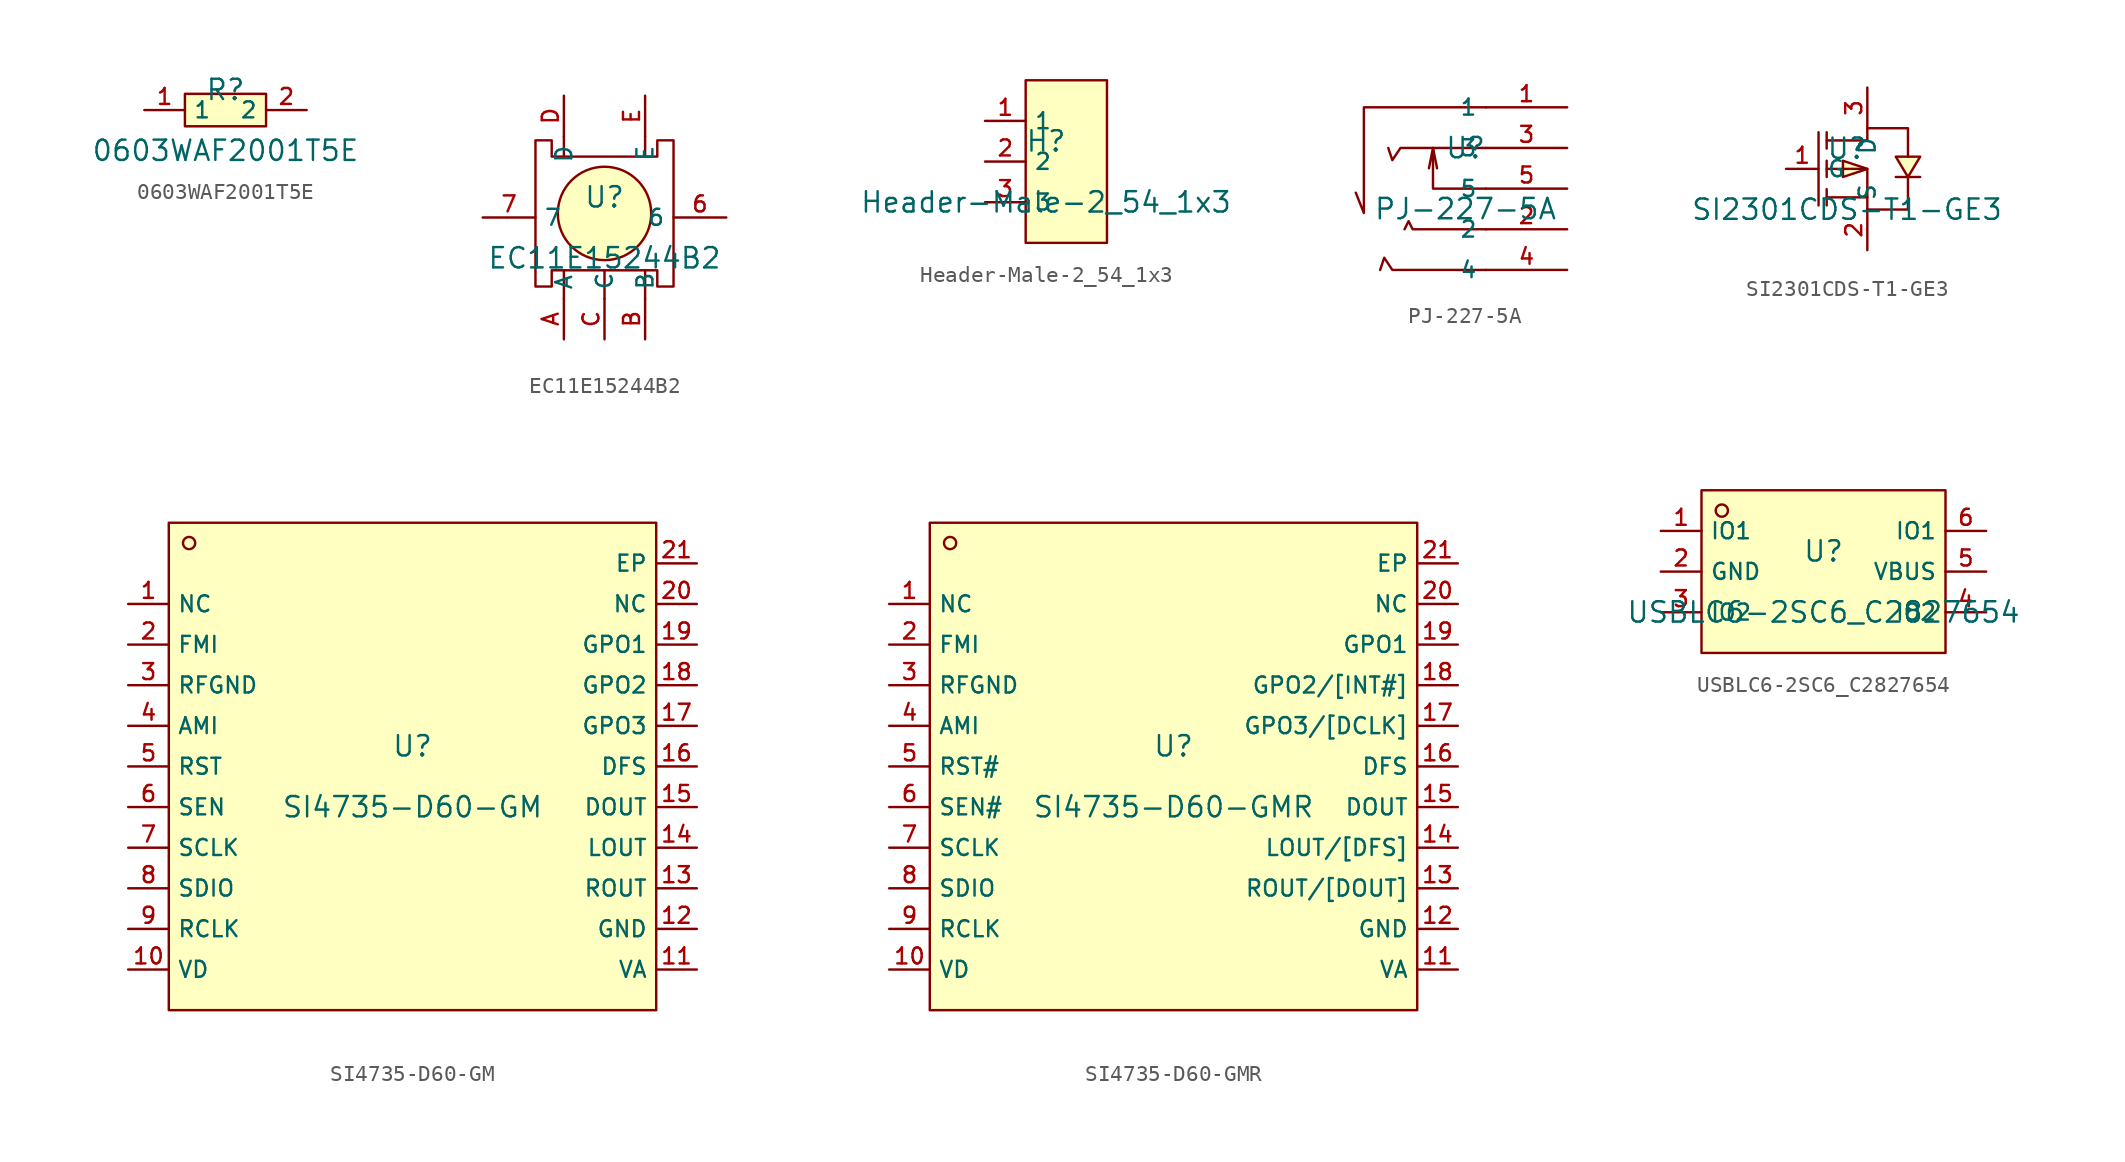
<source format=kicad_sym>
(kicad_symbol_lib
  (version 20220914)
  (generator ensure_symbols_csv)
  (symbol "0603WAF2001T5E"
    (property "Reference" "R"
      (at 0 1.27 0)
      (effects (font (size 1.27 1.27))))
    (property "Value" "0603WAF2001T5E"
      (at 0 -2.54 0)
      (effects (font (size 1.27 1.27))))
    (symbol "0603WAF2001T5E_0_1"
      (pin input line (at 5.08 -0.0 180) (length 2.54) (name "2" (effects (font (size 1 1)))) (number "2" (effects (font (size 1 1)))))
      (pin input line (at -5.08 -0.0 0) (length 2.54) (name "1" (effects (font (size 1 1)))) (number "1" (effects (font (size 1 1)))))
      (rectangle (start -2.54 1.016) (end 2.54 -1.016) (stroke (width 0) (type default) (color 0 0 0 0)) (fill (type background)))))
  (symbol "EC11E15244B2"
    (property "Reference" "U"
      (at 0 1.27 0)
      (effects (font (size 1.27 1.27))))
    (property "Value" "EC11E15244B2"
      (at 0 -2.54 0)
      (effects (font (size 1.27 1.27))))
    (symbol "EC11E15244B2_0_1"
      (pin unspecified line (at -7.62 -0.0 0) (length 3.302) (name "7" (effects (font (size 1 1)))) (number "7" (effects (font (size 1 1)))))
      (pin unspecified line (at 7.62 -0.0 180) (length 3.302) (name "6" (effects (font (size 1 1)))) (number "6" (effects (font (size 1 1)))))
      (pin unspecified line (at 2.54 7.62 270) (length 2.54) (name "E" (effects (font (size 1 1)))) (number "E" (effects (font (size 1 1)))))
      (pin unspecified line (at -2.54 7.62 270) (length 2.54) (name "D" (effects (font (size 1 1)))) (number "D" (effects (font (size 1 1)))))
      (pin unspecified line (at 0.0 -7.62 90) (length 2.54) (name "C" (effects (font (size 1 1)))) (number "C" (effects (font (size 1 1)))))
      (pin unspecified line (at 2.54 -7.62 90) (length 2.54) (name "B" (effects (font (size 1 1)))) (number "B" (effects (font (size 1 1)))))
      (pin unspecified line (at -2.54 -7.62 90) (length 2.54) (name "A" (effects (font (size 1 1)))) (number "A" (effects (font (size 1 1)))))
      (polyline (pts (xy 2.54 3.81) (xy 2.54 5.08)) (stroke (width 0) (type default) (color 0 0 0 0)) (fill (type none)))
      (polyline (pts (xy -2.54 3.81) (xy -2.54 5.08)) (stroke (width 0) (type default) (color 0 0 0 0)) (fill (type none)))
      (polyline (pts (xy 2.54 -3.302) (xy 2.54 -5.08)) (stroke (width 0) (type default) (color 0 0 0 0)) (fill (type none)))
      (polyline (pts (xy 0.0 -3.302) (xy 0.0 -5.08)) (stroke (width 0) (type default) (color 0 0 0 0)) (fill (type none)))
      (polyline (pts (xy -2.54 -3.302) (xy -2.54 -5.08) (xy -2.54 -5.08)) (stroke (width 0) (type default) (color 0 0 0 0)) (fill (type none)))
      (circle (center 0.0 0.254) (radius 2.921) (stroke (width 0) (type default) (color 0 0 0 0)) (fill (type background)))
      (polyline (pts (xy -4.318 -4.318) (xy -3.556 -4.318) (xy -3.302 -4.318) (xy -3.302 -3.302) (xy 3.302 -3.302) (xy 3.302 -4.318) (xy 4.318 -4.318) (xy 4.318 4.826) (xy 3.302 4.826) (xy 3.302 3.81) (xy -3.302 3.81) (xy -3.302 4.826) (xy -4.318 4.826) (xy -4.318 -4.318)) (stroke (width 0) (type default) (color 0 0 0 0)) (fill (type none)))))
  (symbol "Header-Male-2_54_1x3"
    (property "Reference" "H"
      (at 0 1.27 0)
      (effects (font (size 1.27 1.27))))
    (property "Value" "Header-Male-2_54_1x3"
      (at 0 -2.54 0)
      (effects (font (size 1.27 1.27))))
    (symbol "Header-Male-2_54_1x3_0_1"
      (rectangle (start -1.27 5.08) (end 3.81 -5.08) (stroke (width 0) (type default) (color 0 0 0 0)) (fill (type background)))
      (pin input line (at -3.81 -2.54 0) (length 2.54) (name "3" (effects (font (size 1 1)))) (number "3" (effects (font (size 1 1)))))
      (pin input line (at -3.81 2.54 0) (length 2.54) (name "1" (effects (font (size 1 1)))) (number "1" (effects (font (size 1 1)))))
      (pin input line (at -3.81 -0.0 0) (length 2.54) (name "2" (effects (font (size 1 1)))) (number "2" (effects (font (size 1 1)))))))
  (symbol "PJ-227-5A"
    (property "Reference" "U"
      (at 0 1.27 0)
      (effects (font (size 1.27 1.27))))
    (property "Value" "PJ-227-5A"
      (at 0 -2.54 0)
      (effects (font (size 1.27 1.27))))
    (symbol "PJ-227-5A_0_1"
      (polyline (pts (xy 1.27 3.81) (xy -6.35 3.81) (xy -6.35 -2.794) (xy -6.858 -1.524) (xy -6.858 -1.524)) (stroke (width 0) (type default) (color 0 0 0 0)) (fill (type none)))
      (polyline (pts (xy 1.27 1.27) (xy -4.064 1.27) (xy -4.572 0.508) (xy -4.826 1.27)) (stroke (width 0) (type default) (color 0 0 0 0)) (fill (type none)))
      (polyline (pts (xy 1.27 -3.81) (xy -3.302 -3.81) (xy -3.556 -3.302) (xy -3.81 -3.81)) (stroke (width 0) (type default) (color 0 0 0 0)) (fill (type none)))
      (polyline (pts (xy 1.27 -6.35) (xy -4.572 -6.35) (xy -5.08 -5.588) (xy -5.334 -6.35)) (stroke (width 0) (type default) (color 0 0 0 0)) (fill (type none)))
      (pin unspecified line (at 6.35 3.81 180) (length 5.08) (name "1" (effects (font (size 1 1)))) (number "1" (effects (font (size 1 1)))))
      (pin unspecified line (at 6.35 -3.81 180) (length 5.08) (name "2" (effects (font (size 1 1)))) (number "2" (effects (font (size 1 1)))))
      (pin unspecified line (at 6.35 1.27 180) (length 5.08) (name "3" (effects (font (size 1 1)))) (number "3" (effects (font (size 1 1)))))
      (pin unspecified line (at 6.35 -6.35 180) (length 5.08) (name "4" (effects (font (size 1 1)))) (number "4" (effects (font (size 1 1)))))
      (polyline (pts (xy 1.27 -1.27) (xy -2.032 -1.27) (xy -2.032 1.27) (xy -2.286 -0.0)) (stroke (width 0) (type default) (color 0 0 0 0)) (fill (type none)))
      (polyline (pts (xy -2.032 1.27) (xy -1.778 -0.0)) (stroke (width 0) (type default) (color 0 0 0 0)) (fill (type none)))
      (pin unspecified line (at 6.35 -1.27 180) (length 5.08) (name "5" (effects (font (size 1 1)))) (number "5" (effects (font (size 1 1)))))))
  (symbol "SI2301CDS-T1-GE3"
    (property "Reference" "U"
      (at 0 1.27 0)
      (effects (font (size 1.27 1.27))))
    (property "Value" "SI2301CDS-T1-GE3"
      (at 0 -2.54 0)
      (effects (font (size 1.27 1.27))))
    (symbol "SI2301CDS-T1-GE3_0_1"
      (polyline (pts (xy 1.27 -0.0) (xy -0.254 0.508) (xy -0.254 -0.508) (xy 1.27 -0.0)) (stroke (width 0) (type default) (color 0 0 0 0)) (fill (type background)))
      (polyline (pts (xy 3.81 -0.508) (xy 4.572 0.762) (xy 3.048 0.762) (xy 3.81 -0.508)) (stroke (width 0) (type default) (color 0 0 0 0)) (fill (type background)))
      (polyline (pts (xy 1.27 -2.54) (xy 3.81 -2.54) (xy 3.81 -0.508)) (stroke (width 0) (type default) (color 0 0 0 0)) (fill (type none)))
      (polyline (pts (xy 1.27 1.778) (xy 1.27 2.54) (xy 3.81 2.54) (xy 3.81 0.762)) (stroke (width 0) (type default) (color 0 0 0 0)) (fill (type none)))
      (polyline (pts (xy 1.27 1.778) (xy -1.27 1.778)) (stroke (width 0) (type default) (color 0 0 0 0)) (fill (type none)))
      (polyline (pts (xy -1.27 -0.0) (xy 1.27 -0.0) (xy 1.27 -2.54)) (stroke (width 0) (type default) (color 0 0 0 0)) (fill (type none)))
      (polyline (pts (xy 1.27 -1.778) (xy -1.27 -1.778)) (stroke (width 0) (type default) (color 0 0 0 0)) (fill (type none)))
      (polyline (pts (xy -1.778 2.286) (xy -1.778 -2.286)) (stroke (width 0) (type default) (color 0 0 0 0)) (fill (type none)))
      (polyline (pts (xy -1.27 1.27) (xy -1.27 2.286)) (stroke (width 0) (type default) (color 0 0 0 0)) (fill (type none)))
      (polyline (pts (xy -1.27 -0.508) (xy -1.27 0.508)) (stroke (width 0) (type default) (color 0 0 0 0)) (fill (type none)))
      (polyline (pts (xy -1.27 -2.286) (xy -1.27 -1.27)) (stroke (width 0) (type default) (color 0 0 0 0)) (fill (type none)))
      (polyline (pts (xy 4.572 -0.508) (xy 4.318 -0.508) (xy 3.302 -0.508) (xy 3.048 -0.508)) (stroke (width 0) (type default) (color 0 0 0 0)) (fill (type none)))
      (pin unspecified line (at 1.27 5.08 270) (length 2.54) (name "D" (effects (font (size 1 1)))) (number "3" (effects (font (size 1 1)))))
      (pin unspecified line (at -3.81 -0.0 0) (length 2.032) (name "G" (effects (font (size 1 1)))) (number "1" (effects (font (size 1 1)))))
      (pin unspecified line (at 1.27 -5.08 90) (length 2.54) (name "S" (effects (font (size 1 1)))) (number "2" (effects (font (size 1 1)))))))
  (symbol "SI4735-D60-GM"
    (property "Reference" "U"
      (at 0 1.27 0)
      (effects (font (size 1.27 1.27))))
    (property "Value" "SI4735-D60-GM"
      (at 0 -2.54 0)
      (effects (font (size 1.27 1.27))))
    (symbol "SI4735-D60-GM_0_1"
      (rectangle (start -15.24 15.24) (end 15.24 -15.24) (stroke (width 0) (type default) (color 0 0 0 0)) (fill (type background)))
      (circle (center -13.97 13.97) (radius 0.381) (stroke (width 0) (type default) (color 0 0 0 0)) (fill (type background)))
      (pin unspecified line (at -17.78 10.16 0) (length 2.54) (name "NC" (effects (font (size 1 1)))) (number "1" (effects (font (size 1 1)))))
      (pin unspecified line (at -17.78 7.62 0) (length 2.54) (name "FMI" (effects (font (size 1 1)))) (number "2" (effects (font (size 1 1)))))
      (pin unspecified line (at -17.78 5.08 0) (length 2.54) (name "RFGND" (effects (font (size 1 1)))) (number "3" (effects (font (size 1 1)))))
      (pin unspecified line (at -17.78 2.54 0) (length 2.54) (name "AMI" (effects (font (size 1 1)))) (number "4" (effects (font (size 1 1)))))
      (pin unspecified line (at -17.78 0.0 0) (length 2.54) (name "RST" (effects (font (size 1 1)))) (number "5" (effects (font (size 1 1)))))
      (pin unspecified line (at -17.78 -2.54 0) (length 2.54) (name "SEN" (effects (font (size 1 1)))) (number "6" (effects (font (size 1 1)))))
      (pin unspecified line (at -17.78 -5.08 0) (length 2.54) (name "SCLK" (effects (font (size 1 1)))) (number "7" (effects (font (size 1 1)))))
      (pin unspecified line (at -17.78 -7.62 0) (length 2.54) (name "SDIO" (effects (font (size 1 1)))) (number "8" (effects (font (size 1 1)))))
      (pin unspecified line (at -17.78 -10.16 0) (length 2.54) (name "RCLK" (effects (font (size 1 1)))) (number "9" (effects (font (size 1 1)))))
      (pin unspecified line (at -17.78 -12.7 0) (length 2.54) (name "VD" (effects (font (size 1 1)))) (number "10" (effects (font (size 1 1)))))
      (pin unspecified line (at 17.78 -12.7 180) (length 2.54) (name "VA" (effects (font (size 1 1)))) (number "11" (effects (font (size 1 1)))))
      (pin unspecified line (at 17.78 -10.16 180) (length 2.54) (name "GND" (effects (font (size 1 1)))) (number "12" (effects (font (size 1 1)))))
      (pin unspecified line (at 17.78 -7.62 180) (length 2.54) (name "ROUT" (effects (font (size 1 1)))) (number "13" (effects (font (size 1 1)))))
      (pin unspecified line (at 17.78 -5.08 180) (length 2.54) (name "LOUT" (effects (font (size 1 1)))) (number "14" (effects (font (size 1 1)))))
      (pin unspecified line (at 17.78 -2.54 180) (length 2.54) (name "DOUT" (effects (font (size 1 1)))) (number "15" (effects (font (size 1 1)))))
      (pin unspecified line (at 17.78 0.0 180) (length 2.54) (name "DFS" (effects (font (size 1 1)))) (number "16" (effects (font (size 1 1)))))
      (pin unspecified line (at 17.78 2.54 180) (length 2.54) (name "GPO3" (effects (font (size 1 1)))) (number "17" (effects (font (size 1 1)))))
      (pin unspecified line (at 17.78 5.08 180) (length 2.54) (name "GPO2" (effects (font (size 1 1)))) (number "18" (effects (font (size 1 1)))))
      (pin unspecified line (at 17.78 7.62 180) (length 2.54) (name "GPO1" (effects (font (size 1 1)))) (number "19" (effects (font (size 1 1)))))
      (pin unspecified line (at 17.78 10.16 180) (length 2.54) (name "NC" (effects (font (size 1 1)))) (number "20" (effects (font (size 1 1)))))
      (pin unspecified line (at 17.78 12.7 180) (length 2.54) (name "EP" (effects (font (size 1 1)))) (number "21" (effects (font (size 1 1)))))))
  (symbol "SI4735-D60-GMR"
    (property "Reference" "U"
      (at 0 1.27 0)
      (effects (font (size 1.27 1.27))))
    (property "Value" "SI4735-D60-GMR"
      (at 0 -2.54 0)
      (effects (font (size 1.27 1.27))))
    (symbol "SI4735-D60-GMR_0_1"
      (rectangle (start -15.24 15.24) (end 15.24 -15.24) (stroke (width 0) (type default) (color 0 0 0 0)) (fill (type background)))
      (circle (center -13.97 13.97) (radius 0.381) (stroke (width 0) (type default) (color 0 0 0 0)) (fill (type background)))
      (pin unspecified line (at -17.78 10.16 0) (length 2.54) (name "NC" (effects (font (size 1 1)))) (number "1" (effects (font (size 1 1)))))
      (pin unspecified line (at -17.78 7.62 0) (length 2.54) (name "FMI" (effects (font (size 1 1)))) (number "2" (effects (font (size 1 1)))))
      (pin unspecified line (at -17.78 5.08 0) (length 2.54) (name "RFGND" (effects (font (size 1 1)))) (number "3" (effects (font (size 1 1)))))
      (pin unspecified line (at -17.78 2.54 0) (length 2.54) (name "AMI" (effects (font (size 1 1)))) (number "4" (effects (font (size 1 1)))))
      (pin unspecified line (at -17.78 -0.0 0) (length 2.54) (name "RST#" (effects (font (size 1 1)))) (number "5" (effects (font (size 1 1)))))
      (pin unspecified line (at -17.78 -2.54 0) (length 2.54) (name "SEN#" (effects (font (size 1 1)))) (number "6" (effects (font (size 1 1)))))
      (pin unspecified line (at -17.78 -5.08 0) (length 2.54) (name "SCLK" (effects (font (size 1 1)))) (number "7" (effects (font (size 1 1)))))
      (pin unspecified line (at -17.78 -7.62 0) (length 2.54) (name "SDIO" (effects (font (size 1 1)))) (number "8" (effects (font (size 1 1)))))
      (pin unspecified line (at -17.78 -10.16 0) (length 2.54) (name "RCLK" (effects (font (size 1 1)))) (number "9" (effects (font (size 1 1)))))
      (pin unspecified line (at -17.78 -12.7 0) (length 2.54) (name "VD" (effects (font (size 1 1)))) (number "10" (effects (font (size 1 1)))))
      (pin unspecified line (at 17.78 -12.7 180) (length 2.54) (name "VA" (effects (font (size 1 1)))) (number "11" (effects (font (size 1 1)))))
      (pin unspecified line (at 17.78 -10.16 180) (length 2.54) (name "GND" (effects (font (size 1 1)))) (number "12" (effects (font (size 1 1)))))
      (pin unspecified line (at 17.78 -7.62 180) (length 2.54) (name "ROUT/[DOUT]" (effects (font (size 1 1)))) (number "13" (effects (font (size 1 1)))))
      (pin unspecified line (at 17.78 -5.08 180) (length 2.54) (name "LOUT/[DFS]" (effects (font (size 1 1)))) (number "14" (effects (font (size 1 1)))))
      (pin unspecified line (at 17.78 -2.54 180) (length 2.54) (name "DOUT" (effects (font (size 1 1)))) (number "15" (effects (font (size 1 1)))))
      (pin unspecified line (at 17.78 -0.0 180) (length 2.54) (name "DFS" (effects (font (size 1 1)))) (number "16" (effects (font (size 1 1)))))
      (pin unspecified line (at 17.78 2.54 180) (length 2.54) (name "GPO3/[DCLK]" (effects (font (size 1 1)))) (number "17" (effects (font (size 1 1)))))
      (pin unspecified line (at 17.78 5.08 180) (length 2.54) (name "GPO2/[INT#]" (effects (font (size 1 1)))) (number "18" (effects (font (size 1 1)))))
      (pin unspecified line (at 17.78 7.62 180) (length 2.54) (name "GPO1" (effects (font (size 1 1)))) (number "19" (effects (font (size 1 1)))))
      (pin unspecified line (at 17.78 10.16 180) (length 2.54) (name "NC" (effects (font (size 1 1)))) (number "20" (effects (font (size 1 1)))))
      (pin unspecified line (at 17.78 12.7 180) (length 2.54) (name "EP" (effects (font (size 1 1)))) (number "21" (effects (font (size 1 1)))))))
  (symbol "USBLC6-2SC6_C2827654"
    (property "Reference" "U"
      (at 0 1.27 0)
      (effects (font (size 1.27 1.27))))
    (property "Value" "USBLC6-2SC6_C2827654"
      (at 0 -2.54 0)
      (effects (font (size 1.27 1.27))))
    (symbol "USBLC6-2SC6_C2827654_0_1"
      (rectangle (start -7.62 5.08) (end 7.62 -5.08) (stroke (width 0) (type default) (color 0 0 0 0)) (fill (type background)))
      (circle (center -6.35 3.81) (radius 0.381) (stroke (width 0) (type default) (color 0 0 0 0)) (fill (type background)))
      (pin unspecified line (at -10.16 2.54 0) (length 2.54) (name "IO1" (effects (font (size 1 1)))) (number "1" (effects (font (size 1 1)))))
      (pin unspecified line (at -10.16 -0.0 0) (length 2.54) (name "GND" (effects (font (size 1 1)))) (number "2" (effects (font (size 1 1)))))
      (pin unspecified line (at -10.16 -2.54 0) (length 2.54) (name "IO2" (effects (font (size 1 1)))) (number "3" (effects (font (size 1 1)))))
      (pin unspecified line (at 10.16 -2.54 180) (length 2.54) (name "IO2" (effects (font (size 1 1)))) (number "4" (effects (font (size 1 1)))))
      (pin unspecified line (at 10.16 -0.0 180) (length 2.54) (name "VBUS" (effects (font (size 1 1)))) (number "5" (effects (font (size 1 1)))))
      (pin unspecified line (at 10.16 2.54 180) (length 2.54) (name "IO1" (effects (font (size 1 1)))) (number "6" (effects (font (size 1 1))))))))
</source>
